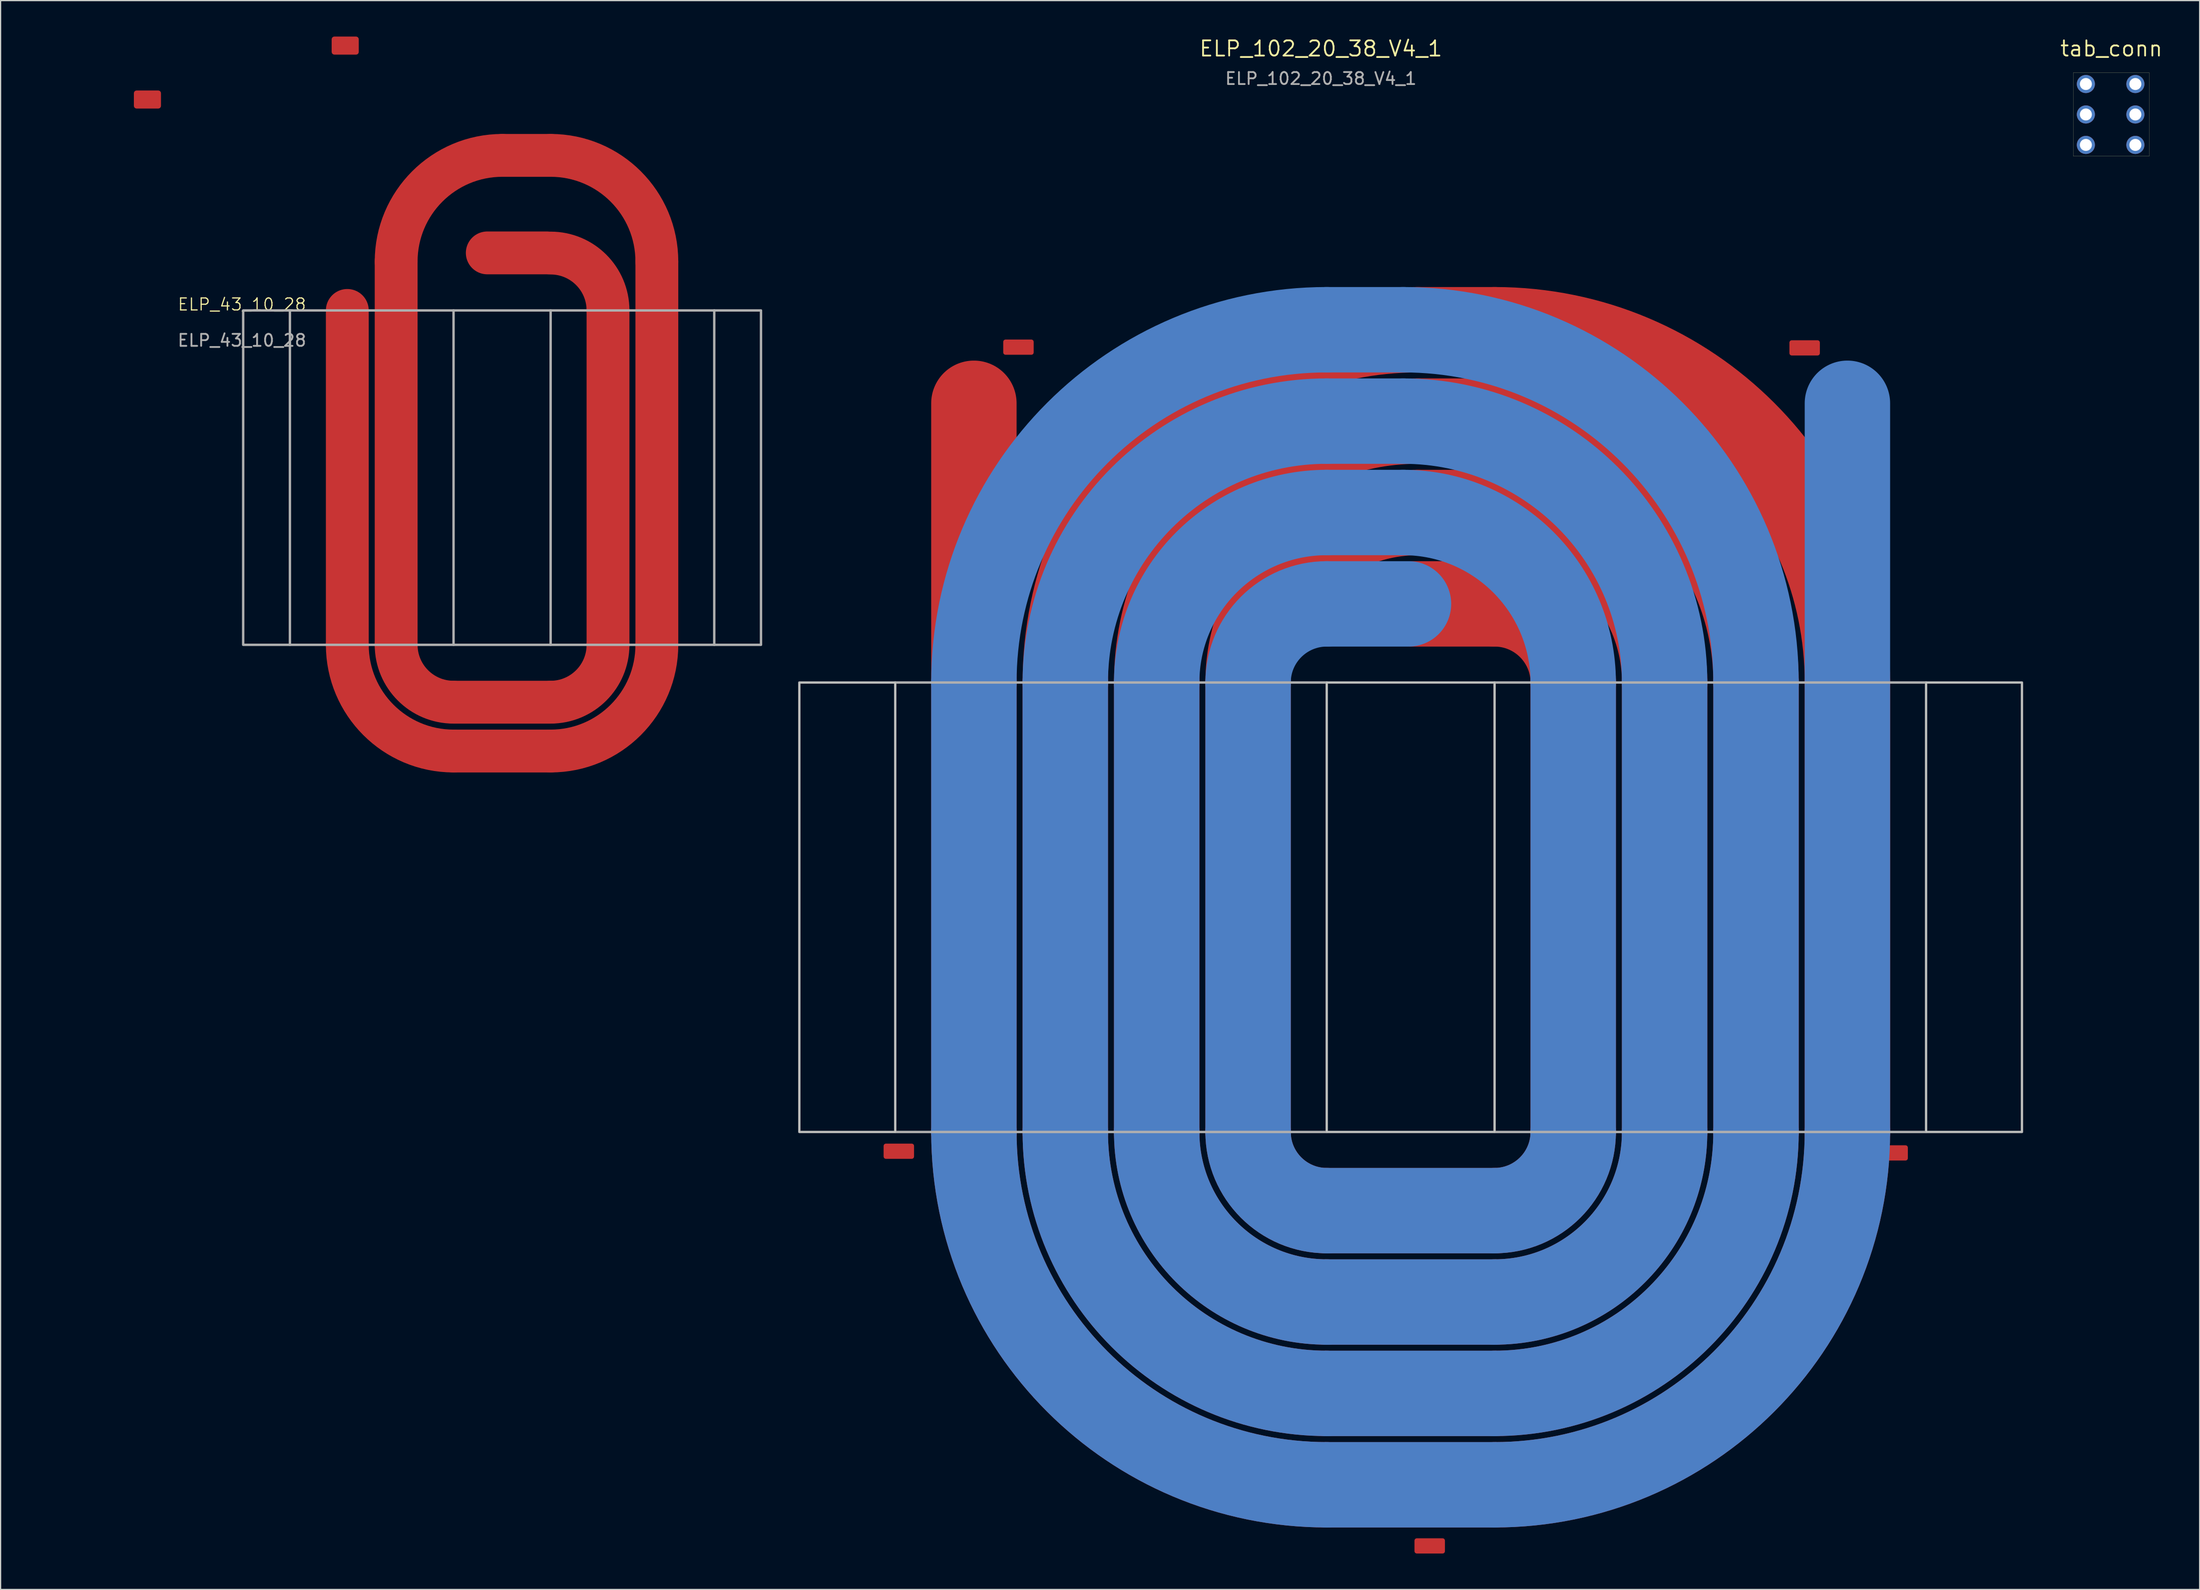
<source format=kicad_pcb>
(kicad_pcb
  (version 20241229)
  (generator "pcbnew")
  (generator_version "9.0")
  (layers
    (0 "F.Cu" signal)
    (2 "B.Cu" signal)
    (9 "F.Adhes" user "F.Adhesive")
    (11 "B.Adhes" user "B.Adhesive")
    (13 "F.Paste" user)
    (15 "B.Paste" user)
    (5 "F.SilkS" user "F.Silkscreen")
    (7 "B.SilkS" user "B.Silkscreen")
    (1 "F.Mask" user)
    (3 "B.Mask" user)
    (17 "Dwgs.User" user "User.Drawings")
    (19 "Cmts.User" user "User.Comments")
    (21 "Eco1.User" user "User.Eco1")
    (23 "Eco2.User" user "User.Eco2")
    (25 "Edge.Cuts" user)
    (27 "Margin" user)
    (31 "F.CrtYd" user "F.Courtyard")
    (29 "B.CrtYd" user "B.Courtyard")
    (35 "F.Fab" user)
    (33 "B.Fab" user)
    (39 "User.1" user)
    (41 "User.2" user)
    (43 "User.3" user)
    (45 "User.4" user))
  (footprint "ELP_102_20_38_V4_1"
    (layer "F.Cu")
    (at 107.147 1.006)
    (property "Reference" "ELP_102_20_38_V4_1" (at 0 0 0) (layer "F.SilkS") (effects (font (size 1.27 1.27) (thickness 0.15))))
    (fp_line (start -28.948 29.593) (end -28.948 90.392) (stroke (width 7.125) (type default)) (layer "F.Cu"))
    (fp_line (start -21.323 52.892) (end -21.323 90.392) (stroke (width 7.125) (type default)) (layer "F.Cu"))
    (fp_line (start -13.697 52.892) (end -13.697 90.392) (stroke (width 7.125) (type default)) (layer "F.Cu"))
    (fp_line (start -6.072 52.892) (end -6.072 90.392) (stroke (width 7.125) (type default)) (layer "F.Cu"))
    (fp_line (start 0.49 96.955) (end 14.49 96.955) (stroke (width 7.125) (type default)) (layer "F.Cu"))
    (fp_line (start 0.49 104.58) (end 14.49 104.58) (stroke (width 7.125) (type default)) (layer "F.Cu"))
    (fp_line (start 0.49 112.205) (end 14.49 112.205) (stroke (width 7.125) (type default)) (layer "F.Cu"))
    (fp_line (start 0.49 119.83) (end 14.49 119.83) (stroke (width 7.125) (type default)) (layer "F.Cu"))
    (fp_line (start 14.49 23.455) (end 8.115 23.455) (stroke (width 7.125) (type default)) (layer "F.Cu"))
    (fp_line (start 14.49 31.08) (end 8.115 31.08) (stroke (width 7.125) (type default)) (layer "F.Cu"))
    (fp_line (start 14.49 38.705) (end 8.115 38.705) (stroke (width 7.125) (type default)) (layer "F.Cu"))
    (fp_line (start 14.49 46.33) (end 7.67 46.33) (stroke (width 7.125) (type default)) (layer "F.Cu"))
    (fp_line (start 21.052 90.392) (end 21.052 52.892) (stroke (width 7.125) (type default)) (layer "F.Cu"))
    (fp_line (start 28.677 90.392) (end 28.677 52.892) (stroke (width 7.125) (type default)) (layer "F.Cu"))
    (fp_line (start 36.303 90.392) (end 36.303 52.892) (stroke (width 7.125) (type default)) (layer "F.Cu"))
    (fp_line (start 43.928 90.392) (end 43.928 52.892) (stroke (width 7.125) (type default)) (layer "F.Cu"))
    (fp_arc (start -21.3225 52.8925) (mid -12.700456 32.077044) (end 8.115 23.455) (stroke (width 7.125) (type solid)) (layer "F.Cu"))
    (fp_arc (start -13.6975 52.8925) (mid -7.308767 37.468733) (end 8.115 31.08) (stroke (width 7.125) (type solid)) (layer "F.Cu"))
    (fp_arc (start -6.0725 52.8925) (mid -1.917077 42.860423) (end 8.115 38.705) (stroke (width 7.125) (type solid)) (layer "F.Cu"))
    (fp_arc (start 0.49 96.955) (mid -4.150388 95.032888) (end -6.0725 90.3925) (stroke (width 7.125) (type solid)) (layer "F.Cu"))
    (fp_arc (start 0.49 104.58) (mid -9.542077 100.424577) (end -13.6975 90.3925) (stroke (width 7.125) (type solid)) (layer "F.Cu"))
    (fp_arc (start 0.49 112.205) (mid -14.933767 105.816267) (end -21.3225 90.3925) (stroke (width 7.125) (type solid)) (layer "F.Cu"))
    (fp_arc (start 0.49 119.83) (mid -20.325456 111.207956) (end -28.9475 90.3925) (stroke (width 7.125) (type solid)) (layer "F.Cu"))
    (fp_arc (start 14.49 23.455) (mid 35.305456 32.077044) (end 43.9275 52.8925) (stroke (width 7.125) (type solid)) (layer "F.Cu"))
    (fp_arc (start 14.49 31.08) (mid 29.913767 37.468733) (end 36.3025 52.8925) (stroke (width 7.125) (type solid)) (layer "F.Cu"))
    (fp_arc (start 14.49 38.705) (mid 24.522077 42.860423) (end 28.6775 52.8925) (stroke (width 7.125) (type solid)) (layer "F.Cu"))
    (fp_arc (start 14.49 46.33) (mid 19.130388 48.252112) (end 21.0525 52.8925) (stroke (width 7.125) (type solid)) (layer "F.Cu"))
    (fp_arc (start 21.0525 90.3925) (mid 19.130388 95.032888) (end 14.49 96.955) (stroke (width 7.125) (type solid)) (layer "F.Cu"))
    (fp_arc (start 28.6775 90.3925) (mid 24.522077 100.424577) (end 14.49 104.58) (stroke (width 7.125) (type solid)) (layer "F.Cu"))
    (fp_arc (start 36.3025 90.3925) (mid 29.913767 105.816267) (end 14.49 112.205) (stroke (width 7.125) (type solid)) (layer "F.Cu"))
    (fp_arc (start 43.9275 90.3925) (mid 35.305456 111.207956) (end 14.49 119.83) (stroke (width 7.125) (type solid)) (layer "F.Cu"))
    (fp_line (start -28.948 90.392) (end -28.948 52.892) (stroke (width 7.125) (type default)) (layer "B.Cu"))
    (fp_line (start -21.323 90.392) (end -21.323 52.892) (stroke (width 7.125) (type default)) (layer "B.Cu"))
    (fp_line (start -13.697 90.392) (end -13.697 52.892) (stroke (width 7.125) (type default)) (layer "B.Cu"))
    (fp_line (start -6.072 90.392) (end -6.072 52.892) (stroke (width 7.125) (type default)) (layer "B.Cu"))
    (fp_line (start 0.49 23.455) (end 6.865 23.455) (stroke (width 7.125) (type default)) (layer "B.Cu"))
    (fp_line (start 0.49 31.08) (end 6.865 31.08) (stroke (width 7.125) (type default)) (layer "B.Cu"))
    (fp_line (start 0.49 38.705) (end 6.865 38.705) (stroke (width 7.125) (type default)) (layer "B.Cu"))
    (fp_line (start 0.49 46.33) (end 7.31 46.33) (stroke (width 7.125) (type default)) (layer "B.Cu"))
    (fp_line (start 14.49 96.955) (end 0.49 96.955) (stroke (width 7.125) (type default)) (layer "B.Cu"))
    (fp_line (start 14.49 104.58) (end 0.49 104.58) (stroke (width 7.125) (type default)) (layer "B.Cu"))
    (fp_line (start 14.49 112.205) (end 0.49 112.205) (stroke (width 7.125) (type default)) (layer "B.Cu"))
    (fp_line (start 14.49 119.83) (end 0.49 119.83) (stroke (width 7.125) (type default)) (layer "B.Cu"))
    (fp_line (start 21.052 52.892) (end 21.052 90.392) (stroke (width 7.125) (type default)) (layer "B.Cu"))
    (fp_line (start 28.677 52.892) (end 28.677 90.392) (stroke (width 7.125) (type default)) (layer "B.Cu"))
    (fp_line (start 36.303 52.892) (end 36.303 90.392) (stroke (width 7.125) (type default)) (layer "B.Cu"))
    (fp_line (start 43.928 29.593) (end 43.928 90.392) (stroke (width 7.125) (type default)) (layer "B.Cu"))
    (fp_arc (start -28.9475 52.8925) (mid -20.325456 32.077044) (end 0.49 23.455) (stroke (width 7.125) (type solid)) (layer "B.Cu"))
    (fp_arc (start -21.3225 52.8925) (mid -14.933767 37.468733) (end 0.49 31.08) (stroke (width 7.125) (type solid)) (layer "B.Cu"))
    (fp_arc (start -13.6975 52.8925) (mid -9.542077 42.860423) (end 0.49 38.705) (stroke (width 7.125) (type solid)) (layer "B.Cu"))
    (fp_arc (start -6.0725 52.8925) (mid -4.150388 48.252112) (end 0.49 46.33) (stroke (width 7.125) (type solid)) (layer "B.Cu"))
    (fp_arc (start 0.49 96.955) (mid -4.150388 95.032888) (end -6.0725 90.3925) (stroke (width 7.125) (type solid)) (layer "B.Cu"))
    (fp_arc (start 0.49 104.58) (mid -9.542077 100.424577) (end -13.6975 90.3925) (stroke (width 7.125) (type solid)) (layer "B.Cu"))
    (fp_arc (start 0.49 112.205) (mid -14.933767 105.816267) (end -21.3225 90.3925) (stroke (width 7.125) (type solid)) (layer "B.Cu"))
    (fp_arc (start 0.49 119.83) (mid -20.325456 111.207956) (end -28.9475 90.3925) (stroke (width 7.125) (type solid)) (layer "B.Cu"))
    (fp_arc (start 6.865 23.455) (mid 27.680456 32.077044) (end 36.3025 52.8925) (stroke (width 7.125) (type solid)) (layer "B.Cu"))
    (fp_arc (start 6.865 31.08) (mid 22.288767 37.468733) (end 28.6775 52.8925) (stroke (width 7.125) (type solid)) (layer "B.Cu"))
    (fp_arc (start 6.865 38.705) (mid 16.897077 42.860423) (end 21.0525 52.8925) (stroke (width 7.125) (type solid)) (layer "B.Cu"))
    (fp_arc (start 21.0525 90.3925) (mid 19.130388 95.032888) (end 14.49 96.955) (stroke (width 7.125) (type solid)) (layer "B.Cu"))
    (fp_arc (start 28.6775 90.3925) (mid 24.522077 100.424577) (end 14.49 104.58) (stroke (width 7.125) (type solid)) (layer "B.Cu"))
    (fp_arc (start 36.3025 90.3925) (mid 29.913767 105.816267) (end 14.49 112.205) (stroke (width 7.125) (type solid)) (layer "B.Cu"))
    (fp_arc (start 43.9275 90.3925) (mid 35.305456 111.207956) (end 14.49 119.83) (stroke (width 7.125) (type solid)) (layer "B.Cu"))
    (fp_line (start 9.505 59.092) (end 9.505 28.665) (stroke (width 7.125) (type default)) (layer "In2.Cu"))
    (fp_line (start 9.535 59.085) (end 2.715 59.085) (stroke (width 7.125) (type default)) (layer "In2.Cu"))
    (fp_line (start 12.85 46.517) (end 12.85 16.09) (stroke (width 7.125) (type default)) (layer "In2.Cu"))
    (fp_line (start 12.88 46.51) (end 6.06 46.51) (stroke (width 7.125) (type default)) (layer "In2.Cu"))
    (fp_rect (start -43.51 52.91) (end -35.5 90.39) (stroke (width 0.05) (type default)) (fill no) (layer "Edge.Cuts"))
    (fp_rect (start 0.48 52.89) (end 14.51 90.38) (stroke (width 0.05) (type default)) (fill no) (layer "Edge.Cuts"))
    (fp_rect (start 50.49 52.89) (end 58.49 90.37) (stroke (width 0.05) (type default)) (fill no) (layer "Edge.Cuts"))
    (fp_line (start -35.51 52.892) (end -35.51 90.392) (stroke (width 0.2) (type default)) (layer "F.Fab"))
    (fp_line (start 0.49 52.892) (end 0.49 90.392) (stroke (width 0.2) (type default)) (layer "F.Fab"))
    (fp_line (start 14.49 52.892) (end 14.49 90.392) (stroke (width 0.2) (type default)) (layer "F.Fab"))
    (fp_line (start 50.49 52.892) (end 50.49 90.392) (stroke (width 0.2) (type default)) (layer "F.Fab"))
    (fp_rect (start -43.51 52.892) (end 58.49 90.392) (stroke (width 0.2) (type solid)) (fill no) (layer "F.Fab"))
    (fp_text user "${REFERENCE}" (at 0 2.5 0) (unlocked yes) (layer "F.Fab") (effects (font (size 1 1) (thickness 0.15))))
    (pad "1" smd roundrect (at -25.23 24.91) (size 2.54 1.27) (layers "F.Cu") (roundrect_rratio 0.15))
    (pad "2" smd roundrect (at 40.36 24.97) (size 2.54 1.27) (layers "F.Cu") (roundrect_rratio 0.15))
    (pad "3" smd roundrect (at -35.21 92) (size 2.54 1.27) (layers "F.Cu") (roundrect_rratio 0.15))
    (pad "4" smd roundrect (at 9.08 124.93) (size 2.54 1.27) (layers "F.Cu") (roundrect_rratio 0.15))
    (pad "5" smd roundrect (at 47.7 92.14) (size 2.54 1.27) (layers "F.Cu") (roundrect_rratio 0.15)))
  (footprint "tab_conn"
    (layer "F.Cu")
    (at 173.099 1.006)
    (property "Reference" "tab_conn" (at 0 0 0) (layer "F.SilkS") (effects (font (size 1.27 1.27) (thickness 0.15))))
    (fp_rect (start -3.18 2.005) (end 3.16 8.975) (stroke (width 0.01) (type solid)) (fill no) (layer "F.SilkS"))
    (pad "1" thru_hole circle (at -2.13 8.035) (size 1.508 1.508) (drill 1) (layers "*.Cu" "*.Mask"))
    (pad "a1" thru_hole circle (at -2.13 2.955) (size 1.508 1.508) (drill 1) (layers "*.Cu" "*.Mask"))
    (pad "a1" thru_hole circle (at 2 2.955) (size 1.508 1.508) (drill 1) (layers "*.Cu" "*.Mask"))
    (pad "a2" thru_hole circle (at -2.13 5.495) (size 1.508 1.508) (drill 1) (layers "*.Cu" "*.Mask"))
    (pad "a2" thru_hole circle (at 2 5.495) (size 1.508 1.508) (drill 1) (layers "*.Cu" "*.Mask"))
    (pad "a3" thru_hole circle (at 2 8.035) (size 1.508 1.508) (drill 1) (layers "*.Cu" "*.Mask")))
  (footprint "ELP_43_10_28"
    (layer "F.Cu")
    (at 0.25 5.254)
    (property "Reference" "ELP_43_10_28" (at 16.887 17.098 0) (unlocked yes) (layer "F.SilkS") (effects (font (size 1 1) (thickness 0.1))))
    (attr smd)
    (fp_line (start 25.675 17.598) (end 25.675 45.498) (stroke (width 3.575) (type default)) (layer "F.Cu"))
    (fp_line (start 29.75 13.523) (end 29.75 45.498) (stroke (width 3.575) (type default)) (layer "F.Cu"))
    (fp_line (start 34.538 50.285) (end 42.638 50.285) (stroke (width 3.575) (type default)) (layer "F.Cu"))
    (fp_line (start 34.538 54.36) (end 42.638 54.36) (stroke (width 3.575) (type default)) (layer "F.Cu"))
    (fp_line (start 37.352 12.797) (end 42.322 12.797) (stroke (width 3.575) (type solid)) (layer "F.Cu"))
    (fp_line (start 42.638 4.66) (end 38.612 4.66) (stroke (width 3.575) (type default)) (layer "F.Cu"))
    (fp_line (start 47.425 45.498) (end 47.425 17.598) (stroke (width 3.575) (type default)) (layer "F.Cu"))
    (fp_line (start 51.5 45.498) (end 51.5 13.523) (stroke (width 3.575) (type default)) (layer "F.Cu"))
    (fp_arc (start 29.75 13.5225) (mid 32.345766 7.255766) (end 38.6125 4.66) (stroke (width 3.575) (type solid)) (layer "F.Cu"))
    (fp_arc (start 34.5375 50.285) (mid 31.152226 48.882774) (end 29.75 45.4975) (stroke (width 3.575) (type solid)) (layer "F.Cu"))
    (fp_arc (start 34.5375 54.36) (mid 28.270766 51.764234) (end 25.675 45.4975) (stroke (width 3.575) (type solid)) (layer "F.Cu"))
    (fp_arc (start 42.6375 4.66) (mid 48.904234 7.255766) (end 51.5 13.5225) (stroke (width 3.575) (type solid)) (layer "F.Cu"))
    (fp_arc (start 42.6375 12.81) (mid 46.022774 14.212226) (end 47.425 17.5975) (stroke (width 3.575) (type solid)) (layer "F.Cu"))
    (fp_arc (start 47.425 45.4975) (mid 46.022774 48.882774) (end 42.6375 50.285) (stroke (width 3.575) (type solid)) (layer "F.Cu"))
    (fp_arc (start 51.5 45.4975) (mid 48.904234 51.764234) (end 42.6375 54.36) (stroke (width 3.575) (type solid)) (layer "F.Cu"))
    (fp_line (start 20.887 17.598) (end 20.887 45.498) (stroke (width 0.2) (type default)) (layer "F.Fab"))
    (fp_line (start 34.538 17.598) (end 34.538 45.498) (stroke (width 0.2) (type default)) (layer "F.Fab"))
    (fp_line (start 42.638 17.598) (end 42.638 45.498) (stroke (width 0.2) (type default)) (layer "F.Fab"))
    (fp_line (start 56.288 17.598) (end 56.288 45.498) (stroke (width 0.2) (type default)) (layer "F.Fab"))
    (fp_rect (start 16.988 17.598) (end 60.188 45.498) (stroke (width 0.2) (type solid)) (fill no) (layer "F.Fab"))
    (fp_text user "${REFERENCE}" (at 16.887 20.098 0) (unlocked yes) (layer "F.Fab") (effects (font (size 1 1) (thickness 0.15))))
    (pad "1" smd roundrect (at 9 0) (size 2.262 1.508) (layers "F.Cu" "F.Mask" "F.Paste") (roundrect_rratio 0.15))
    (pad "2" smd roundrect (at 25.5 -4.5) (size 2.262 1.508) (layers "F.Cu" "F.Mask" "F.Paste") (roundrect_rratio 0.15)))
  (gr_rect
    (start -3 -3)
    (end 180.461 129.571)
    (stroke (width 0.1) (type default))
    (fill no)
    (layer "Edge.Cuts")))
</source>
